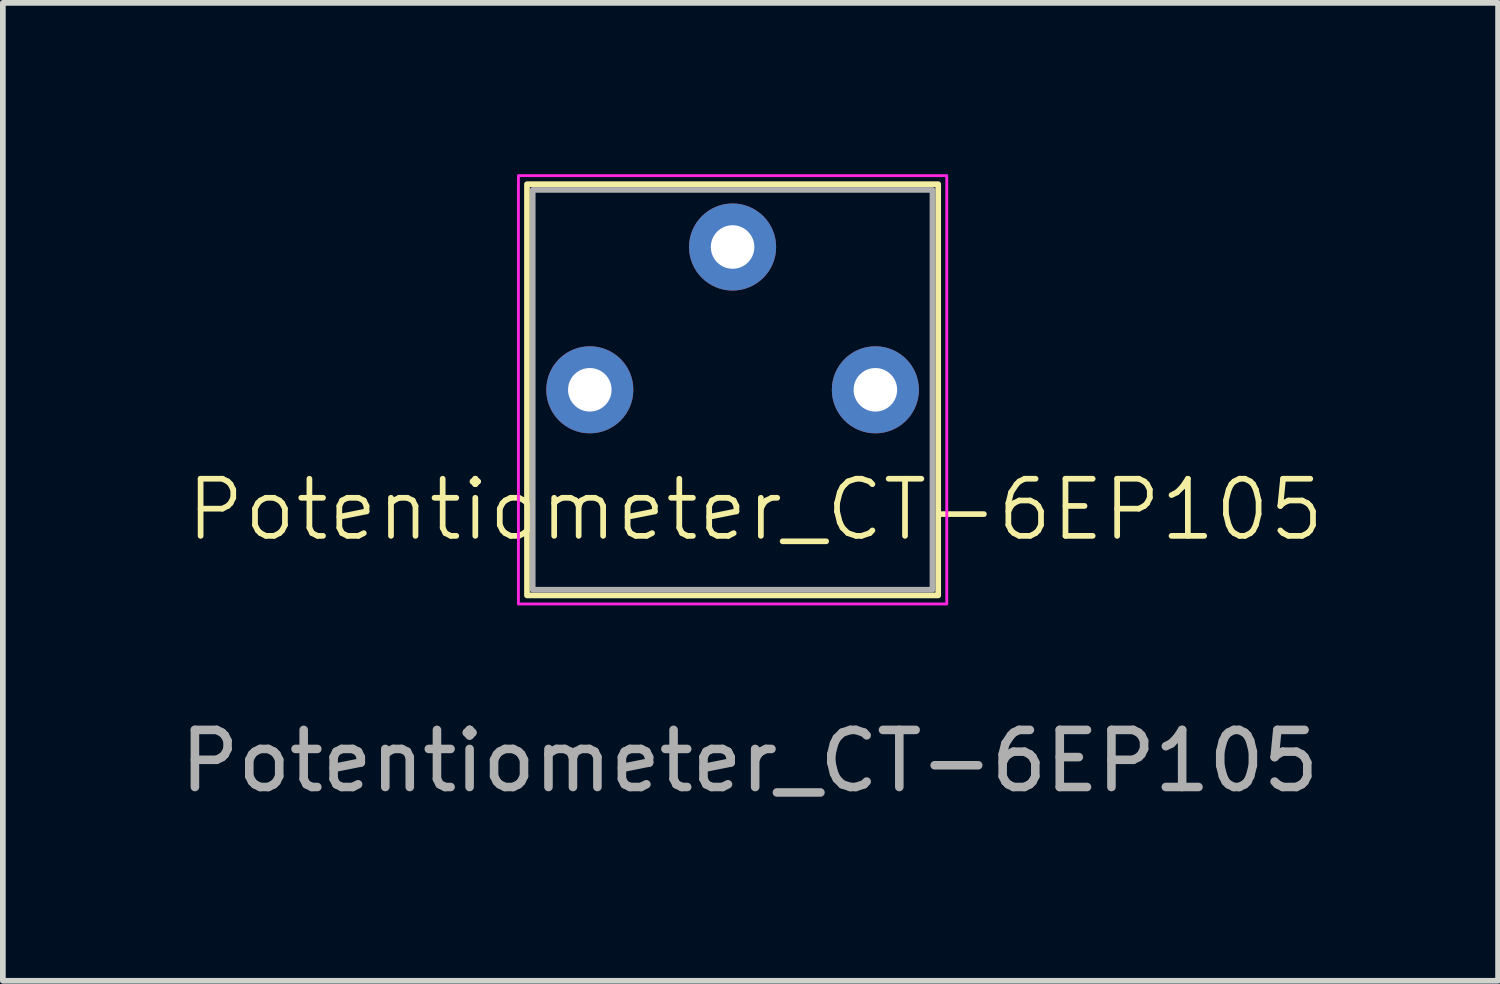
<source format=kicad_pcb>
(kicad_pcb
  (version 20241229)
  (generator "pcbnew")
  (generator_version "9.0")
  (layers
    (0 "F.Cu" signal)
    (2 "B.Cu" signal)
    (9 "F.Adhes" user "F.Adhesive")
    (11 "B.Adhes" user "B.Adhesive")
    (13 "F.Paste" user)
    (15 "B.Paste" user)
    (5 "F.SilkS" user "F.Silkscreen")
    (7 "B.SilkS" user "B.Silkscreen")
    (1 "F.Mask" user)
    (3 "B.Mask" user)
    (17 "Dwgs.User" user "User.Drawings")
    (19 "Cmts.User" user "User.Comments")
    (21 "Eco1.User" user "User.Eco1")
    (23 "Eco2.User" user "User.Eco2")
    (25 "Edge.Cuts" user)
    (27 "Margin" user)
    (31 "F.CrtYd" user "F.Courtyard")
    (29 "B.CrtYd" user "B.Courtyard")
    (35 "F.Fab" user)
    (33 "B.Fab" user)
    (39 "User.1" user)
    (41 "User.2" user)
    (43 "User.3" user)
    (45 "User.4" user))
  (footprint "Potentiometer_CT-6EP105"
    (layer "F.Cu")
    (at 7.277 3.775)
    (property "Reference" "Potentiometer_CT-6EP105" (at 2.9 2.1 0) (unlocked yes) (layer "F.SilkS") (effects (font (size 1 1) (thickness 0.1))))
    (attr through_hole)
    (fp_rect (start -1.1 -3.6) (end 6.1 3.6) (stroke (width 0.1) (type default)) (fill no) (layer "F.SilkS"))
    (fp_rect (start -1.25 -3.75) (end 6.25 3.75) (stroke (width 0.05) (type default)) (fill no) (layer "F.CrtYd"))
    (fp_rect (start -1 -3.5) (end 6 3.5) (stroke (width 0.1) (type default)) (fill no) (layer "F.Fab"))
    (fp_text user "${REFERENCE}" (at 2.8 6.5 0) (unlocked yes) (layer "F.Fab") (effects (font (size 1 1) (thickness 0.15))))
    (pad "1" thru_hole circle (at 0 0) (size 1.524 1.524) (drill 0.762) (layers "*.Cu" "*.Mask"))
    (pad "2" thru_hole circle (at 2.5 -2.5) (size 1.524 1.524) (drill 0.762) (layers "*.Cu" "*.Mask"))
    (pad "3" thru_hole circle (at 5 0) (size 1.524 1.524) (drill 0.762) (layers "*.Cu" "*.Mask")))
  (gr_rect
    (start -3 -3)
    (end 23.18 14.123)
    (stroke (width 0.1) (type default))
    (fill no)
    (layer "Edge.Cuts")))
</source>
